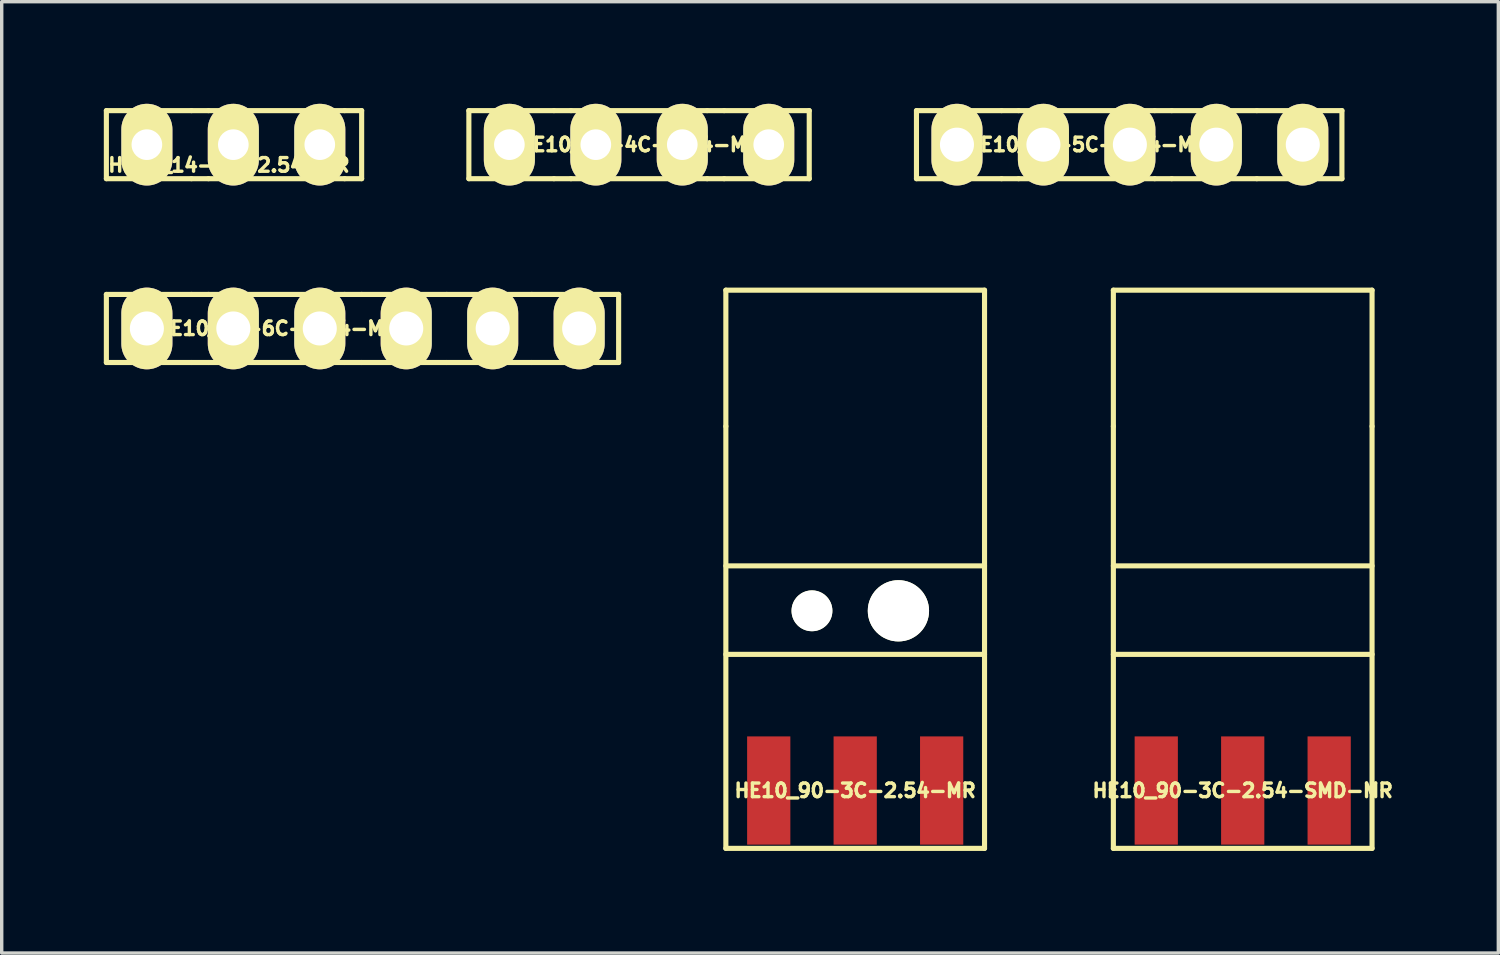
<source format=kicad_pcb>
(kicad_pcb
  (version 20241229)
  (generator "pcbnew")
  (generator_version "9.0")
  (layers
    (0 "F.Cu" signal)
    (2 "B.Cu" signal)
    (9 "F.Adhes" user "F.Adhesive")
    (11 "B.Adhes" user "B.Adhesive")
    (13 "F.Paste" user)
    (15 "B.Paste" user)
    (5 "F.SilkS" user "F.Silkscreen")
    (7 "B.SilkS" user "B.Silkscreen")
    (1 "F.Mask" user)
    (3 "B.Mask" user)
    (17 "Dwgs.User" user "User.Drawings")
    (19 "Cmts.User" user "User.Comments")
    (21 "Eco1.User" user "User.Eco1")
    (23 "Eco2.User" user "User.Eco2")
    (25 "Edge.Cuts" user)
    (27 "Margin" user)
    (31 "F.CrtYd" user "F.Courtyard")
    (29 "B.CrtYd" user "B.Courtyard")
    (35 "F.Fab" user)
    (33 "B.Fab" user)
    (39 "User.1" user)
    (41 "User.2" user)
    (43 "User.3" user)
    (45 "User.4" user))
  (footprint "HE10_14-6C-2.54-MR"
    (layer "F.Cu")
    (at 5.075 6.6)
    (property "Reference" "HE10_14-6C-2.54-MR" (at 0 0 0) (layer "F.SilkS") (effects (font (size 0.4 0.4) (thickness 0.1))))
    (attr through_hole)
    (fp_line (start -5 -1) (end -5 1) (stroke (width 0.15) (type solid)) (layer "F.SilkS"))
    (fp_line (start -5 1) (end -2.5 1) (stroke (width 0.15) (type solid)) (layer "F.SilkS"))
    (fp_line (start -2.5 -1) (end -5 -1) (stroke (width 0.15) (type solid)) (layer "F.SilkS"))
    (fp_line (start -2.5 1) (end -2 1) (stroke (width 0.15) (type solid)) (layer "F.SilkS"))
    (fp_line (start -2 -1) (end -2.5 -1) (stroke (width 0.15) (type solid)) (layer "F.SilkS"))
    (fp_line (start -2 1) (end 2 1) (stroke (width 0.15) (type solid)) (layer "F.SilkS"))
    (fp_line (start 2 -1) (end -2 -1) (stroke (width 0.15) (type solid)) (layer "F.SilkS"))
    (fp_line (start 2 -1) (end 2.5 -1) (stroke (width 0.15) (type solid)) (layer "F.SilkS"))
    (fp_line (start 2.5 -1) (end 5 -1) (stroke (width 0.15) (type solid)) (layer "F.SilkS"))
    (fp_line (start 2.5 1) (end 2 1) (stroke (width 0.15) (type solid)) (layer "F.SilkS"))
    (fp_line (start 5 -1) (end 7.5 -1) (stroke (width 0.15) (type solid)) (layer "F.SilkS"))
    (fp_line (start 5 1) (end 2.5 1) (stroke (width 0.15) (type solid)) (layer "F.SilkS"))
    (fp_line (start 7.5 -1) (end 10.05 -1) (stroke (width 0.15) (type solid)) (layer "F.SilkS"))
    (fp_line (start 7.5 1) (end 5 1) (stroke (width 0.15) (type solid)) (layer "F.SilkS"))
    (fp_line (start 7.5 1) (end 10.05 1) (stroke (width 0.15) (type solid)) (layer "F.SilkS"))
    (fp_line (start 10.05 1) (end 10.05 -1) (stroke (width 0.15) (type solid)) (layer "F.SilkS"))
    (pad "1" thru_hole oval (at -3.81 0) (size 1.5 2.4) (drill 1) (layers "*.Cu" "*.Mask" "F.SilkS"))
    (pad "2" thru_hole oval (at -1.27 0) (size 1.5 2.4) (drill 1) (layers "*.Cu" "*.Mask" "F.SilkS"))
    (pad "3" thru_hole oval (at 1.27 0) (size 1.5 2.4) (drill 1) (layers "*.Cu" "*.Mask" "F.SilkS"))
    (pad "4" thru_hole oval (at 3.81 0) (size 1.5 2.4) (drill 1) (layers "*.Cu" "*.Mask" "F.SilkS"))
    (pad "5" thru_hole oval (at 6.35 0) (size 1.5 2.4) (drill 1) (layers "*.Cu" "*.Mask" "F.SilkS"))
    (pad "6" thru_hole oval (at 8.89 0) (size 1.5 2.4) (drill 1) (layers "*.Cu" "*.Mask" "F.SilkS")))
  (footprint "HE10_14-4C-2.54-MR"
    (layer "F.Cu")
    (at 15.725 1.2)
    (property "Reference" "HE10_14-4C-2.54-MR" (at 0 0 0) (layer "F.SilkS") (effects (font (size 0.4 0.4) (thickness 0.1))))
    (attr through_hole)
    (fp_line (start -5 -1) (end -5 1) (stroke (width 0.15) (type solid)) (layer "F.SilkS"))
    (fp_line (start -5 1) (end -2.5 1) (stroke (width 0.15) (type solid)) (layer "F.SilkS"))
    (fp_line (start -2.5 -1) (end -5 -1) (stroke (width 0.15) (type solid)) (layer "F.SilkS"))
    (fp_line (start -2.5 1) (end -2 1) (stroke (width 0.15) (type solid)) (layer "F.SilkS"))
    (fp_line (start -2 -1) (end -2.5 -1) (stroke (width 0.15) (type solid)) (layer "F.SilkS"))
    (fp_line (start -2 1) (end 2 1) (stroke (width 0.15) (type solid)) (layer "F.SilkS"))
    (fp_line (start 2 -1) (end -2 -1) (stroke (width 0.15) (type solid)) (layer "F.SilkS"))
    (fp_line (start 2 -1) (end 2.5 -1) (stroke (width 0.15) (type solid)) (layer "F.SilkS"))
    (fp_line (start 2.5 -1) (end 5 -1) (stroke (width 0.15) (type solid)) (layer "F.SilkS"))
    (fp_line (start 2.5 1) (end 2 1) (stroke (width 0.15) (type solid)) (layer "F.SilkS"))
    (fp_line (start 5 -1) (end 5 1) (stroke (width 0.15) (type solid)) (layer "F.SilkS"))
    (fp_line (start 5 1) (end 2.5 1) (stroke (width 0.15) (type solid)) (layer "F.SilkS"))
    (pad "1" thru_hole oval (at -3.81 0) (size 1.5 2.4) (drill 0.9) (layers "*.Cu" "*.Mask" "F.SilkS"))
    (pad "2" thru_hole oval (at -1.27 0) (size 1.5 2.4) (drill 0.9) (layers "*.Cu" "*.Mask" "F.SilkS"))
    (pad "3" thru_hole oval (at 1.27 0) (size 1.5 2.4) (drill 0.9) (layers "*.Cu" "*.Mask" "F.SilkS"))
    (pad "4" thru_hole oval (at 3.81 0) (size 1.5 2.4) (drill 0.9) (layers "*.Cu" "*.Mask" "F.SilkS")))
  (footprint "HE10_14-5C-2.54-MR"
    (layer "F.Cu")
    (at 28.875 1.2)
    (property "Reference" "HE10_14-5C-2.54-MR" (at 0 0 0) (layer "F.SilkS") (effects (font (size 0.4 0.4) (thickness 0.1))))
    (attr through_hole)
    (fp_line (start -5 -1) (end -5 1) (stroke (width 0.15) (type solid)) (layer "F.SilkS"))
    (fp_line (start -5 1) (end -2.5 1) (stroke (width 0.15) (type solid)) (layer "F.SilkS"))
    (fp_line (start -2.5 -1) (end -5 -1) (stroke (width 0.15) (type solid)) (layer "F.SilkS"))
    (fp_line (start -2.5 1) (end -2 1) (stroke (width 0.15) (type solid)) (layer "F.SilkS"))
    (fp_line (start -2 -1) (end -2.5 -1) (stroke (width 0.15) (type solid)) (layer "F.SilkS"))
    (fp_line (start -2 1) (end 2 1) (stroke (width 0.15) (type solid)) (layer "F.SilkS"))
    (fp_line (start 2 -1) (end -2 -1) (stroke (width 0.15) (type solid)) (layer "F.SilkS"))
    (fp_line (start 2 -1) (end 2.5 -1) (stroke (width 0.15) (type solid)) (layer "F.SilkS"))
    (fp_line (start 2.5 -1) (end 5 -1) (stroke (width 0.15) (type solid)) (layer "F.SilkS"))
    (fp_line (start 2.5 1) (end 2 1) (stroke (width 0.15) (type solid)) (layer "F.SilkS"))
    (fp_line (start 5 -1) (end 7.5 -1) (stroke (width 0.15) (type solid)) (layer "F.SilkS"))
    (fp_line (start 5 1) (end 2.5 1) (stroke (width 0.15) (type solid)) (layer "F.SilkS"))
    (fp_line (start 7.5 -1) (end 7.5 1) (stroke (width 0.15) (type solid)) (layer "F.SilkS"))
    (fp_line (start 7.5 1) (end 5 1) (stroke (width 0.15) (type solid)) (layer "F.SilkS"))
    (pad "1" thru_hole oval (at -3.81 0) (size 1.5 2.4) (drill 1) (layers "*.Cu" "*.Mask" "F.SilkS"))
    (pad "2" thru_hole oval (at -1.27 0) (size 1.5 2.4) (drill 1) (layers "*.Cu" "*.Mask" "F.SilkS"))
    (pad "3" thru_hole oval (at 1.27 0) (size 1.5 2.4) (drill 1) (layers "*.Cu" "*.Mask" "F.SilkS"))
    (pad "4" thru_hole oval (at 3.81 0) (size 1.5 2.4) (drill 1) (layers "*.Cu" "*.Mask" "F.SilkS"))
    (pad "5" thru_hole oval (at 6.35 0) (size 1.5 2.4) (drill 1) (layers "*.Cu" "*.Mask" "F.SilkS")))
  (footprint "HE10_14-3C-2.54-MR"
    (layer "F.Cu")
    (at 3.805 1.2)
    (property "Reference" "HE10_14-3C-2.54-MR" (at -0.13 0.6 0) (layer "F.SilkS") (effects (font (size 0.4 0.4) (thickness 0.1))))
    (attr through_hole)
    (fp_line (start -3.73 -1) (end -3.73 1) (stroke (width 0.15) (type solid)) (layer "F.SilkS"))
    (fp_line (start -3.73 1) (end -1.23 1) (stroke (width 0.15) (type solid)) (layer "F.SilkS"))
    (fp_line (start -1.23 -1) (end -3.73 -1) (stroke (width 0.15) (type solid)) (layer "F.SilkS"))
    (fp_line (start -1.23 1) (end -0.73 1) (stroke (width 0.15) (type solid)) (layer "F.SilkS"))
    (fp_line (start -0.73 -1) (end -1.23 -1) (stroke (width 0.15) (type solid)) (layer "F.SilkS"))
    (fp_line (start -0.73 1) (end 3.27 1) (stroke (width 0.15) (type solid)) (layer "F.SilkS"))
    (fp_line (start 3.27 -1) (end -0.73 -1) (stroke (width 0.15) (type solid)) (layer "F.SilkS"))
    (fp_line (start 3.27 -1) (end 3.77 -1) (stroke (width 0.15) (type solid)) (layer "F.SilkS"))
    (fp_line (start 3.77 -1) (end 3.77 1) (stroke (width 0.15) (type solid)) (layer "F.SilkS"))
    (fp_line (start 3.77 1) (end 3.27 1) (stroke (width 0.15) (type solid)) (layer "F.SilkS"))
    (pad "1" thru_hole oval (at -2.54 0) (size 1.5 2.4) (drill 0.9) (layers "*.Cu" "*.Mask" "F.SilkS"))
    (pad "2" thru_hole oval (at 0 0) (size 1.5 2.4) (drill 0.9) (layers "*.Cu" "*.Mask" "F.SilkS"))
    (pad "3" thru_hole oval (at 2.54 0) (size 1.5 2.4) (drill 0.9) (layers "*.Cu" "*.Mask" "F.SilkS")))
  (footprint "HE10_90-3C-2.54-SMD-MR"
    (layer "F.Cu")
    (at 33.46 20.175)
    (property "Reference" "HE10_90-3C-2.54-SMD-MR" (at 0 0 0) (layer "F.SilkS") (effects (font (size 0.4 0.4) (thickness 0.1))))
    (attr through_hole)
    (fp_line (start -3.8 -14.7) (end -3.8 -10.7) (stroke (width 0.15) (type solid)) (layer "F.SilkS"))
    (fp_line (start -3.8 -10.7) (end -3.8 1.7) (stroke (width 0.15) (type solid)) (layer "F.SilkS"))
    (fp_line (start -3.8 1.7) (end 3.8 1.7) (stroke (width 0.15) (type solid)) (layer "F.SilkS"))
    (fp_line (start 3.8 -14.7) (end -3.8 -14.7) (stroke (width 0.15) (type solid)) (layer "F.SilkS"))
    (fp_line (start 3.8 -10.7) (end 3.8 -14.7) (stroke (width 0.15) (type solid)) (layer "F.SilkS"))
    (fp_line (start 3.8 -6.6) (end -3.8 -6.6) (stroke (width 0.15) (type solid)) (layer "F.SilkS"))
    (fp_line (start 3.8 -4) (end -3.8 -4) (stroke (width 0.15) (type solid)) (layer "F.SilkS"))
    (fp_line (start 3.8 1.7) (end 3.8 -10.7) (stroke (width 0.15) (type solid)) (layer "F.SilkS"))
    (pad "1" smd rect (at -2.54 0) (size 1.27 3.18) (layers "F.Cu" "F.Mask" "F.Paste"))
    (pad "2" smd rect (at 0 0) (size 1.27 3.18) (layers "F.Cu" "F.Mask" "F.Paste"))
    (pad "3" smd rect (at 2.54 0) (size 1.27 3.18) (layers "F.Cu" "F.Mask" "F.Paste")))
  (footprint "HE10_90-3C-2.54-MR"
    (layer "F.Cu")
    (at 22.075 20.175)
    (property "Reference" "HE10_90-3C-2.54-MR" (at 0 0 0) (layer "F.SilkS") (effects (font (size 0.4 0.4) (thickness 0.1))))
    (attr through_hole)
    (fp_line (start -3.8 -14.7) (end -3.8 -10.7) (stroke (width 0.15) (type solid)) (layer "F.SilkS"))
    (fp_line (start -3.8 -10.7) (end -3.8 1.7) (stroke (width 0.15) (type solid)) (layer "F.SilkS"))
    (fp_line (start -3.8 1.7) (end 3.8 1.7) (stroke (width 0.15) (type solid)) (layer "F.SilkS"))
    (fp_line (start 3.8 -14.7) (end -3.8 -14.7) (stroke (width 0.15) (type solid)) (layer "F.SilkS"))
    (fp_line (start 3.8 -10.7) (end 3.8 -14.7) (stroke (width 0.15) (type solid)) (layer "F.SilkS"))
    (fp_line (start 3.8 -6.6) (end -3.8 -6.6) (stroke (width 0.15) (type solid)) (layer "F.SilkS"))
    (fp_line (start 3.8 -4) (end -3.8 -4) (stroke (width 0.15) (type solid)) (layer "F.SilkS"))
    (fp_line (start 3.8 1.7) (end 3.8 -10.7) (stroke (width 0.15) (type solid)) (layer "F.SilkS"))
    (pad "" np_thru_hole circle (at -1.27 -5.28) (size 1.2 1.2) (drill 1.2) (layers "*.Cu" "*.Mask" "F.SilkS"))
    (pad "" np_thru_hole circle (at 1.27 -5.28) (size 1.8 1.8) (drill 1.8) (layers "*.Cu" "*.Mask" "F.SilkS"))
    (pad "1" smd rect (at -2.54 0) (size 1.27 3.18) (layers "F.Cu" "F.Mask" "F.Paste"))
    (pad "2" smd rect (at 0 0) (size 1.27 3.18) (layers "F.Cu" "F.Mask" "F.Paste"))
    (pad "3" smd rect (at 2.54 0) (size 1.27 3.18) (layers "F.Cu" "F.Mask" "F.Paste")))
  (gr_rect
    (start -3 -3)
    (end 40.97 24.95)
    (stroke (width 0.1) (type default))
    (fill no)
    (layer "Edge.Cuts")))
</source>
